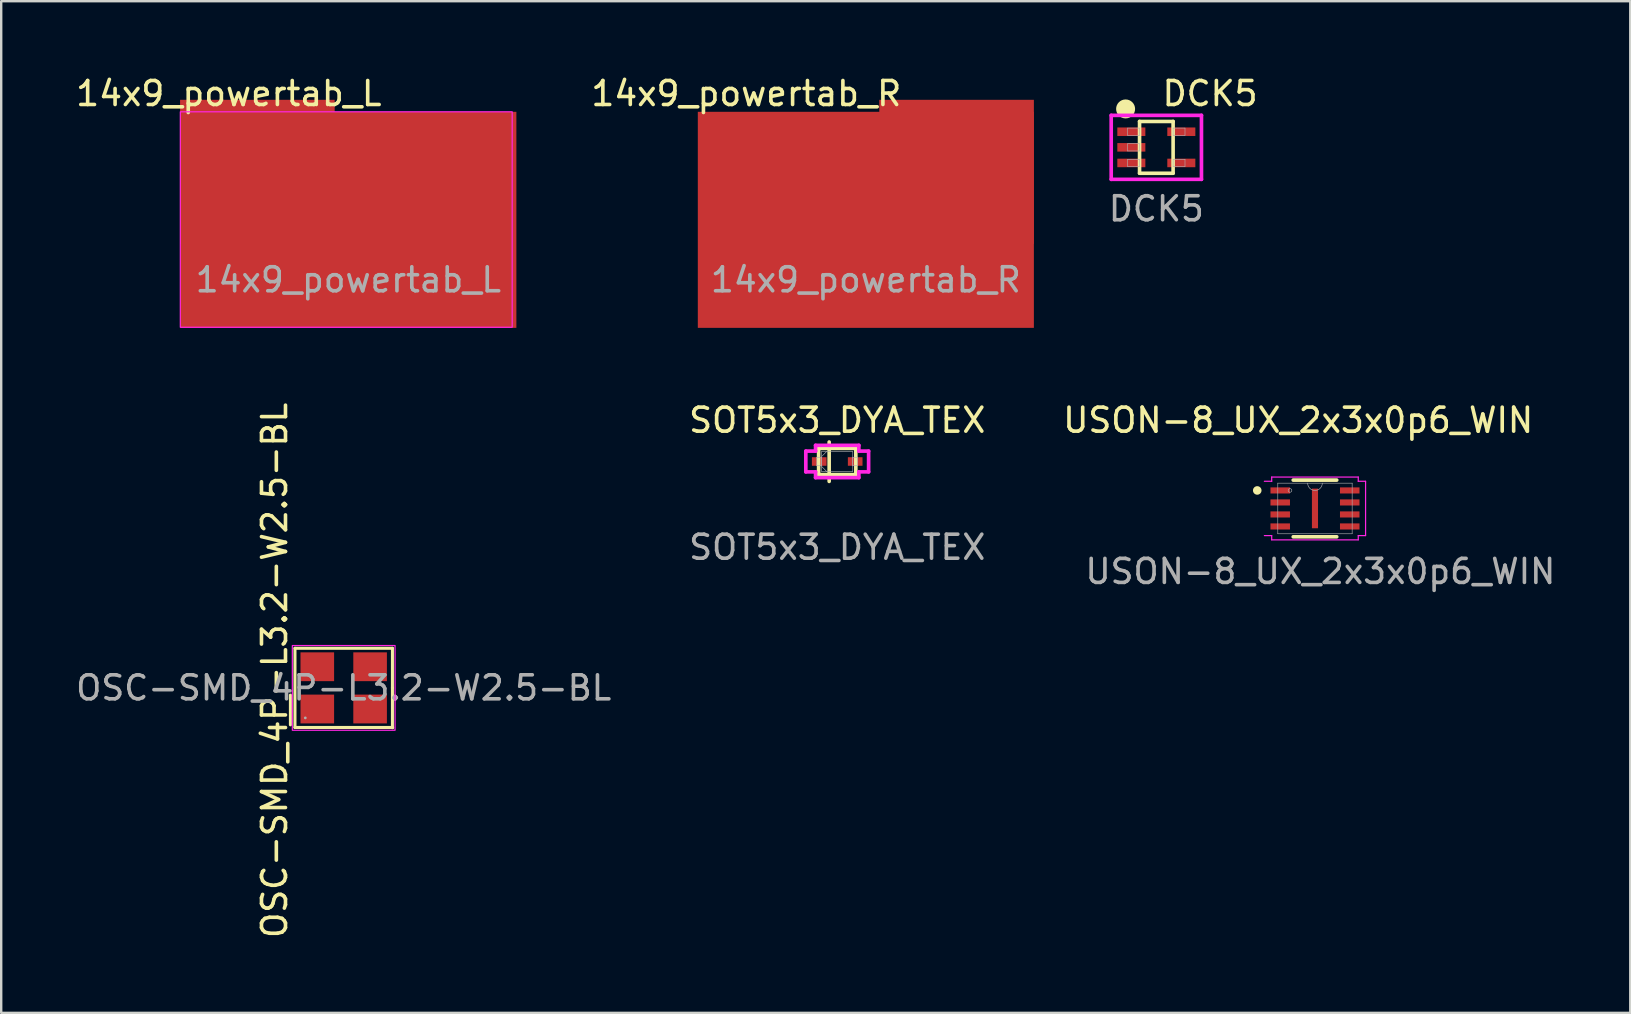
<source format=kicad_pcb>
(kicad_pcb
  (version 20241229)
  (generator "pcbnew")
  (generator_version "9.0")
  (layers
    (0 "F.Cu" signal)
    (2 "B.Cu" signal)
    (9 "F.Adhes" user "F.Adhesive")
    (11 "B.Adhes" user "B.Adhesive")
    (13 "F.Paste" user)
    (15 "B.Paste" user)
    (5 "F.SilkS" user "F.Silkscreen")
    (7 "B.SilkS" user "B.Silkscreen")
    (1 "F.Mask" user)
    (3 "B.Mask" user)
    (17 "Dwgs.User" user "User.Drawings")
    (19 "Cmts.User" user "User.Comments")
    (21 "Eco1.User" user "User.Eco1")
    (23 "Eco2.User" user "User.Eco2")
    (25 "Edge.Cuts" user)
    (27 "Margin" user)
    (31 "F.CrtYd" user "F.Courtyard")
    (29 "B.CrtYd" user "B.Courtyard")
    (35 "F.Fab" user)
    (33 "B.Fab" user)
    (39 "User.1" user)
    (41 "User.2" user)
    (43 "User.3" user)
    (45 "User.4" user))
  (footprint "14x9_powertab_R"
    (layer "F.Cu")
    (at 33.02 6.108)
    (property "Reference" "14x9_powertab_R" (at -4.98 -5.26 0) (unlocked yes) (layer "F.SilkS") (effects (font (size 1 1) (thickness 0.15))))
    (attr smd)
    (fp_text user "${REFERENCE}" (at 0 2.5 0) (unlocked yes) (layer "F.Fab") (effects (font (size 1 1) (thickness 0.15))))
    (pad "1" smd rect (at 0 0) (size 14 9) (layers "F.Cu" "F.Mask" "F.Paste"))
    (pad "1" smd rect (at 3.78 -2) (size 6.44 6) (layers "F.Cu")))
  (footprint "OSC-SMD_4P-L3.2-W2.5-BL"
    (layer "F.Cu")
    (at 11.268 25.606)
    (property "Reference" "OSC-SMD_4P-L3.2-W2.5-BL" (at -2.88 -0.73 90) (layer "F.SilkS") (effects (font (size 1 1) (thickness 0.15))))
    (attr smd)
    (fp_line (start -2.22 0.3) (end -2.22 1.54) (stroke (width 0.127) (type default)) (layer "F.SilkS"))
    (fp_line (start -2.03 -1.65) (end 2.03 -1.65) (stroke (width 0.127) (type solid)) (layer "F.SilkS"))
    (fp_line (start -2.03 1.65) (end -2.03 -1.65) (stroke (width 0.127) (type solid)) (layer "F.SilkS"))
    (fp_line (start 2.03 -1.65) (end 2.03 0) (stroke (width 0.127) (type solid)) (layer "F.SilkS"))
    (fp_line (start 2.03 0) (end 2.03 1.65) (stroke (width 0.127) (type solid)) (layer "F.SilkS"))
    (fp_line (start 2.03 1.65) (end -2.03 1.65) (stroke (width 0.127) (type solid)) (layer "F.SilkS"))
    (fp_line (start 2.03 1.65) (end 2.03 1.65) (stroke (width 0.15) (type solid)) (layer "F.SilkS"))
    (fp_rect (start -2.14 -1.765) (end 2.14 1.765) (stroke (width 0.05) (type default)) (fill no) (layer "F.CrtYd"))
    (fp_circle (center -1.6 1.25) (end -1.57 1.25) (stroke (width 0.06) (type solid)) (fill no) (layer "F.Fab"))
    (fp_text user "${REFERENCE}" (at 0 0 0) (layer "F.Fab") (effects (font (size 1 1) (thickness 0.15))))
    (pad "1" smd rect (at -1.1 0.88) (size 1.4 1.2) (layers "F.Cu" "F.Mask" "F.Paste"))
    (pad "2" smd rect (at 1.1 0.88) (size 1.4 1.2) (layers "F.Cu" "F.Mask" "F.Paste"))
    (pad "3" smd rect (at 1.1 -0.88) (size 1.4 1.2) (layers "F.Cu" "F.Mask" "F.Paste"))
    (pad "4" smd rect (at -1.1 -0.88) (size 1.4 1.2) (layers "F.Cu" "F.Mask" "F.Paste")))
  (footprint "USON-8_UX_2x3x0p6_WIN"
    (layer "F.Cu")
    (at 51.73 18.131)
    (property "Reference" "USON-8_UX_2x3x0p6_WIN" (at -0.7 -3.675 0) (unlocked yes) (layer "F.SilkS") (effects (font (size 1 1) (thickness 0.15))))
    (attr smd)
    (fp_line (start -0.906 1.181) (end 0.906 1.181) (stroke (width 0.152) (type solid)) (layer "F.SilkS"))
    (fp_line (start 0.906 -1.181) (end -0.906 -1.181) (stroke (width 0.152) (type solid)) (layer "F.SilkS"))
    (fp_circle (center -2.405 -0.75) (end -2.303 -0.75) (stroke (width 0.152) (type solid)) (fill yes) (layer "F.SilkS"))
    (fp_line (start -2.108 1.131) (end -2.108 -1.131) (stroke (width 0.05) (type solid)) (layer "Margin"))
    (fp_line (start -2.108 -1.131) (end -1.803 -1.131) (stroke (width 0.05) (type solid)) (layer "F.CrtYd"))
    (fp_line (start -2.108 1.131) (end -1.803 1.131) (stroke (width 0.05) (type solid)) (layer "F.CrtYd"))
    (fp_line (start -1.803 -1.308) (end 1.803 -1.308) (stroke (width 0.05) (type solid)) (layer "F.CrtYd"))
    (fp_line (start -1.803 -1.131) (end -1.803 -1.308) (stroke (width 0.05) (type solid)) (layer "F.CrtYd"))
    (fp_line (start -1.803 1.308) (end -1.803 1.131) (stroke (width 0.05) (type solid)) (layer "F.CrtYd"))
    (fp_line (start 1.803 -1.308) (end 1.803 -1.131) (stroke (width 0.05) (type solid)) (layer "F.CrtYd"))
    (fp_line (start 1.803 1.131) (end 1.803 1.308) (stroke (width 0.05) (type solid)) (layer "F.CrtYd"))
    (fp_line (start 1.803 1.308) (end -1.803 1.308) (stroke (width 0.05) (type solid)) (layer "F.CrtYd"))
    (fp_line (start 2.108 -1.131) (end 1.803 -1.131) (stroke (width 0.05) (type solid)) (layer "F.CrtYd"))
    (fp_line (start 2.108 -1.131) (end 2.108 1.131) (stroke (width 0.05) (type solid)) (layer "F.CrtYd"))
    (fp_line (start 2.108 1.131) (end 1.803 1.131) (stroke (width 0.05) (type solid)) (layer "F.CrtYd"))
    (fp_line (start -1.549 -1.054) (end -1.549 1.054) (stroke (width 0.025) (type solid)) (layer "F.Fab"))
    (fp_line (start -1.549 1.054) (end 1.549 1.054) (stroke (width 0.025) (type solid)) (layer "F.Fab"))
    (fp_line (start 1.549 -1.054) (end -1.549 -1.054) (stroke (width 0.025) (type solid)) (layer "F.Fab"))
    (fp_line (start 1.549 1.054) (end 1.549 -1.054) (stroke (width 0.025) (type solid)) (layer "F.Fab"))
    (fp_arc (start 0.3048 -1.0541) (mid 0 -0.7493) (end -0.3048 -1.0541) (stroke (width 0.0254) (type solid)) (layer "F.Fab"))
    (fp_circle (center -1.041 -0.75) (end -0.965 -0.75) (stroke (width 0.025) (type solid)) (fill no) (layer "F.Fab"))
    (fp_text user "${REFERENCE}" (at 0.225 2.625 0) (unlocked yes) (layer "F.Fab") (effects (font (size 1 1) (thickness 0.15))))
    (pad "1" smd rect (at -1.448 -0.75) (size 0.813 0.254) (layers "F.Cu" "F.Mask" "F.Paste"))
    (pad "2" smd rect (at -1.448 -0.25) (size 0.813 0.254) (layers "F.Cu" "F.Mask" "F.Paste"))
    (pad "3" smd rect (at -1.448 0.25) (size 0.813 0.254) (layers "F.Cu" "F.Mask" "F.Paste"))
    (pad "4" smd rect (at -1.448 0.75) (size 0.813 0.254) (layers "F.Cu" "F.Mask" "F.Paste"))
    (pad "5" smd rect (at 1.448 0.75) (size 0.813 0.254) (layers "F.Cu" "F.Mask" "F.Paste"))
    (pad "6" smd rect (at 1.448 0.25) (size 0.813 0.254) (layers "F.Cu" "F.Mask" "F.Paste"))
    (pad "7" smd rect (at 1.448 -0.25) (size 0.813 0.254) (layers "F.Cu" "F.Mask" "F.Paste"))
    (pad "8" smd rect (at 1.448 -0.75) (size 0.813 0.254) (layers "F.Cu" "F.Mask" "F.Paste"))
    (pad "9" smd rect (at 0 0) (size 0.254 1.651) (layers "F.Cu" "F.Mask" "F.Paste")))
  (footprint "DCK5"
    (layer "F.Cu")
    (at 45.121 3.088)
    (property "Reference" "DCK5" (at 2.24 -2.24 0) (unlocked yes) (layer "F.SilkS") (effects (font (size 1 1) (thickness 0.15))))
    (attr smd)
    (fp_line (start -0.699 -1.079) (end -0.699 1.079) (stroke (width 0.15) (type solid)) (layer "F.SilkS"))
    (fp_line (start -0.699 1.079) (end 0.699 1.079) (stroke (width 0.15) (type solid)) (layer "F.SilkS"))
    (fp_line (start 0.699 -1.079) (end -0.699 -1.079) (stroke (width 0.15) (type solid)) (layer "F.SilkS"))
    (fp_line (start 0.699 1.079) (end 0.699 -1.079) (stroke (width 0.15) (type solid)) (layer "F.SilkS"))
    (fp_circle (center -1.28 -1.6) (end -1.28 -1.28) (stroke (width 0.15) (type solid)) (fill yes) (layer "F.SilkS"))
    (fp_line (start -1.88 -1.333) (end 1.88 -1.333) (stroke (width 0.152) (type solid)) (layer "F.CrtYd"))
    (fp_line (start -1.88 1.333) (end -1.88 -1.333) (stroke (width 0.152) (type solid)) (layer "F.CrtYd"))
    (fp_line (start 1.88 -1.333) (end 1.88 1.333) (stroke (width 0.152) (type solid)) (layer "F.CrtYd"))
    (fp_line (start 1.88 1.333) (end -1.88 1.333) (stroke (width 0.152) (type solid)) (layer "F.CrtYd"))
    (fp_line (start -1.194 -0.802) (end -1.194 -0.498) (stroke (width 0.025) (type solid)) (layer "F.Fab"))
    (fp_line (start -1.194 -0.498) (end -0.699 -0.498) (stroke (width 0.025) (type solid)) (layer "F.Fab"))
    (fp_line (start -1.194 -0.152) (end -1.194 0.152) (stroke (width 0.025) (type solid)) (layer "F.Fab"))
    (fp_line (start -1.194 0.152) (end -0.699 0.152) (stroke (width 0.025) (type solid)) (layer "F.Fab"))
    (fp_line (start -1.194 0.498) (end -1.194 0.802) (stroke (width 0.025) (type solid)) (layer "F.Fab"))
    (fp_line (start -1.194 0.802) (end -0.699 0.802) (stroke (width 0.025) (type solid)) (layer "F.Fab"))
    (fp_line (start -0.699 -0.802) (end -1.194 -0.802) (stroke (width 0.025) (type solid)) (layer "F.Fab"))
    (fp_line (start -0.699 -0.498) (end -0.699 -0.802) (stroke (width 0.025) (type solid)) (layer "F.Fab"))
    (fp_line (start -0.699 -0.152) (end -1.194 -0.152) (stroke (width 0.025) (type solid)) (layer "F.Fab"))
    (fp_line (start -0.699 0.152) (end -0.699 -0.152) (stroke (width 0.025) (type solid)) (layer "F.Fab"))
    (fp_line (start -0.699 0.498) (end -1.194 0.498) (stroke (width 0.025) (type solid)) (layer "F.Fab"))
    (fp_line (start -0.699 0.802) (end -0.699 0.498) (stroke (width 0.025) (type solid)) (layer "F.Fab"))
    (fp_line (start 0.699 -0.802) (end 0.699 -0.498) (stroke (width 0.025) (type solid)) (layer "F.Fab"))
    (fp_line (start 0.699 -0.498) (end 1.194 -0.498) (stroke (width 0.025) (type solid)) (layer "F.Fab"))
    (fp_line (start 0.699 0.498) (end 0.699 0.802) (stroke (width 0.025) (type solid)) (layer "F.Fab"))
    (fp_line (start 0.699 0.802) (end 1.194 0.802) (stroke (width 0.025) (type solid)) (layer "F.Fab"))
    (fp_line (start 1.194 -0.802) (end 0.699 -0.802) (stroke (width 0.025) (type solid)) (layer "F.Fab"))
    (fp_line (start 1.194 -0.498) (end 1.194 -0.802) (stroke (width 0.025) (type solid)) (layer "F.Fab"))
    (fp_line (start 1.194 0.498) (end 0.699 0.498) (stroke (width 0.025) (type solid)) (layer "F.Fab"))
    (fp_line (start 1.194 0.802) (end 1.194 0.498) (stroke (width 0.025) (type solid)) (layer "F.Fab"))
    (fp_text user "${REFERENCE}" (at 0 2.56 0) (unlocked yes) (layer "F.Fab") (effects (font (size 1 1) (thickness 0.15))))
    (pad "1" smd rect (at -1.041 -0.65) (size 1.168 0.356) (layers "F.Cu" "F.Mask" "F.Paste"))
    (pad "2" smd rect (at -1.041 0) (size 1.168 0.356) (layers "F.Cu" "F.Mask" "F.Paste"))
    (pad "3" smd rect (at -1.041 0.65) (size 1.168 0.356) (layers "F.Cu" "F.Mask" "F.Paste"))
    (pad "4" smd rect (at 1.041 0.65) (size 1.168 0.356) (layers "F.Cu" "F.Mask" "F.Paste"))
    (pad "5" smd rect (at 1.041 -0.65) (size 1.168 0.356) (layers "F.Cu" "F.Mask" "F.Paste")))
  (footprint "14x9_powertab_L"
    (layer "F.Cu")
    (at 11.462 6.108)
    (property "Reference" "14x9_powertab_L" (at -4.98 -5.26 0) (unlocked yes) (layer "F.SilkS") (effects (font (size 1 1) (thickness 0.15))))
    (attr smd)
    (fp_rect (start -6.325 -3.8) (end 6.175 3.75) (stroke (width 0.1) (type solid)) (fill yes) (layer "F.Paste"))
    (fp_rect (start -7 -4.5) (end 6.825 4.475) (stroke (width 0.05) (type default)) (fill no) (layer "F.CrtYd"))
    (fp_text user "${REFERENCE}" (at 0 2.5 0) (unlocked yes) (layer "F.Fab") (effects (font (size 1 1) (thickness 0.15))))
    (pad "1" smd rect (at -3.79 -2) (size 6.44 6) (layers "F.Cu"))
    (pad "1" smd rect (at 0 0) (size 14 9) (layers "F.Cu" "F.Mask")))
  (footprint "SOT5x3_DYA_TEX"
    (layer "F.Cu")
    (at 31.827 16.175)
    (property "Reference" "SOT5x3_DYA_TEX" (at 0 -1.719 0) (unlocked yes) (layer "F.SilkS") (effects (font (size 1 1) (thickness 0.15))))
    (attr smd)
    (fp_line (start -0.775 -0.546) (end -0.775 0.546) (stroke (width 0.15) (type default)) (layer "F.SilkS"))
    (fp_line (start -0.775 0.546) (end 0.775 0.546) (stroke (width 0.152) (type solid)) (layer "F.SilkS"))
    (fp_line (start -0.335 -0.812) (end -0.335 0.83) (stroke (width 0.15) (type default)) (layer "F.SilkS"))
    (fp_line (start 0.775 -0.546) (end -0.775 -0.546) (stroke (width 0.152) (type solid)) (layer "F.SilkS"))
    (fp_line (start 0.775 -0.546) (end 0.775 0.546) (stroke (width 0.15) (type default)) (layer "F.SilkS"))
    (fp_line (start -1.308 -0.432) (end -0.902 -0.432) (stroke (width 0.152) (type solid)) (layer "F.CrtYd"))
    (fp_line (start -1.308 0.432) (end -1.308 -0.432) (stroke (width 0.152) (type solid)) (layer "F.CrtYd"))
    (fp_line (start -0.902 -0.673) (end 0.902 -0.673) (stroke (width 0.152) (type solid)) (layer "F.CrtYd"))
    (fp_line (start -0.902 -0.432) (end -0.902 -0.673) (stroke (width 0.152) (type solid)) (layer "F.CrtYd"))
    (fp_line (start -0.902 0.432) (end -1.308 0.432) (stroke (width 0.152) (type solid)) (layer "F.CrtYd"))
    (fp_line (start -0.902 0.673) (end -0.902 0.432) (stroke (width 0.152) (type solid)) (layer "F.CrtYd"))
    (fp_line (start 0.902 -0.673) (end 0.902 -0.432) (stroke (width 0.152) (type solid)) (layer "F.CrtYd"))
    (fp_line (start 0.902 -0.432) (end 1.308 -0.432) (stroke (width 0.152) (type solid)) (layer "F.CrtYd"))
    (fp_line (start 0.902 0.432) (end 0.902 0.673) (stroke (width 0.152) (type solid)) (layer "F.CrtYd"))
    (fp_line (start 0.902 0.673) (end -0.902 0.673) (stroke (width 0.152) (type solid)) (layer "F.CrtYd"))
    (fp_line (start 1.308 -0.432) (end 1.308 0.432) (stroke (width 0.152) (type solid)) (layer "F.CrtYd"))
    (fp_line (start 1.308 0.432) (end 0.902 0.432) (stroke (width 0.152) (type solid)) (layer "F.CrtYd"))
    (fp_line (start -0.851 -0.178) (end -0.851 0.178) (stroke (width 0.025) (type solid)) (layer "F.Fab"))
    (fp_line (start -0.851 0.178) (end -0.648 0.178) (stroke (width 0.025) (type solid)) (layer "F.Fab"))
    (fp_line (start -0.648 -0.419) (end -0.648 0.419) (stroke (width 0.025) (type solid)) (layer "F.Fab"))
    (fp_line (start -0.648 -0.21) (end -0.438 -0.419) (stroke (width 0.025) (type solid)) (layer "F.Fab"))
    (fp_line (start -0.648 -0.178) (end -0.851 -0.178) (stroke (width 0.025) (type solid)) (layer "F.Fab"))
    (fp_line (start -0.648 0.178) (end -0.648 -0.178) (stroke (width 0.025) (type solid)) (layer "F.Fab"))
    (fp_line (start -0.648 0.21) (end -0.438 0.419) (stroke (width 0.025) (type solid)) (layer "F.Fab"))
    (fp_line (start -0.648 0.419) (end 0.648 0.419) (stroke (width 0.025) (type solid)) (layer "F.Fab"))
    (fp_line (start 0.648 -0.419) (end -0.648 -0.419) (stroke (width 0.025) (type solid)) (layer "F.Fab"))
    (fp_line (start 0.648 -0.178) (end 0.648 0.178) (stroke (width 0.025) (type solid)) (layer "F.Fab"))
    (fp_line (start 0.648 0.178) (end 0.851 0.178) (stroke (width 0.025) (type solid)) (layer "F.Fab"))
    (fp_line (start 0.648 0.419) (end 0.648 -0.419) (stroke (width 0.025) (type solid)) (layer "F.Fab"))
    (fp_line (start 0.851 -0.178) (end 0.648 -0.178) (stroke (width 0.025) (type solid)) (layer "F.Fab"))
    (fp_line (start 0.851 0.178) (end 0.851 -0.178) (stroke (width 0.025) (type solid)) (layer "F.Fab"))
    (fp_text user "${REFERENCE}" (at 0 3.573 0) (unlocked yes) (layer "F.Fab") (effects (font (size 1 1) (thickness 0.15))))
    (pad "1" smd rect (at -0.749 0) (size 0.61 0.356) (layers "F.Cu" "F.Mask" "F.Paste"))
    (pad "2" smd rect (at 0.749 0) (size 0.61 0.356) (layers "F.Cu" "F.Mask" "F.Paste"))
    (zone (net_name "") (layer "F.Cu") (hatch full 0.508) (connect_pads) (min_thickness 0.254) (filled_areas_thickness no) (keepout (tracks not_allowed) (vias not_allowed) (pads allowed) (copperpour not_allowed) (footprints allowed)) (placement (enabled no)) (fill) (polygon (pts (xy 31.434 15.807) (xy 32.221 15.807) (xy 32.221 16.544) (xy 31.434 16.544)))))
  (gr_rect
    (start -3 -3)
    (end 64.865 39.144)
    (stroke (width 0.1) (type default))
    (fill no)
    (layer "Edge.Cuts")))
</source>
